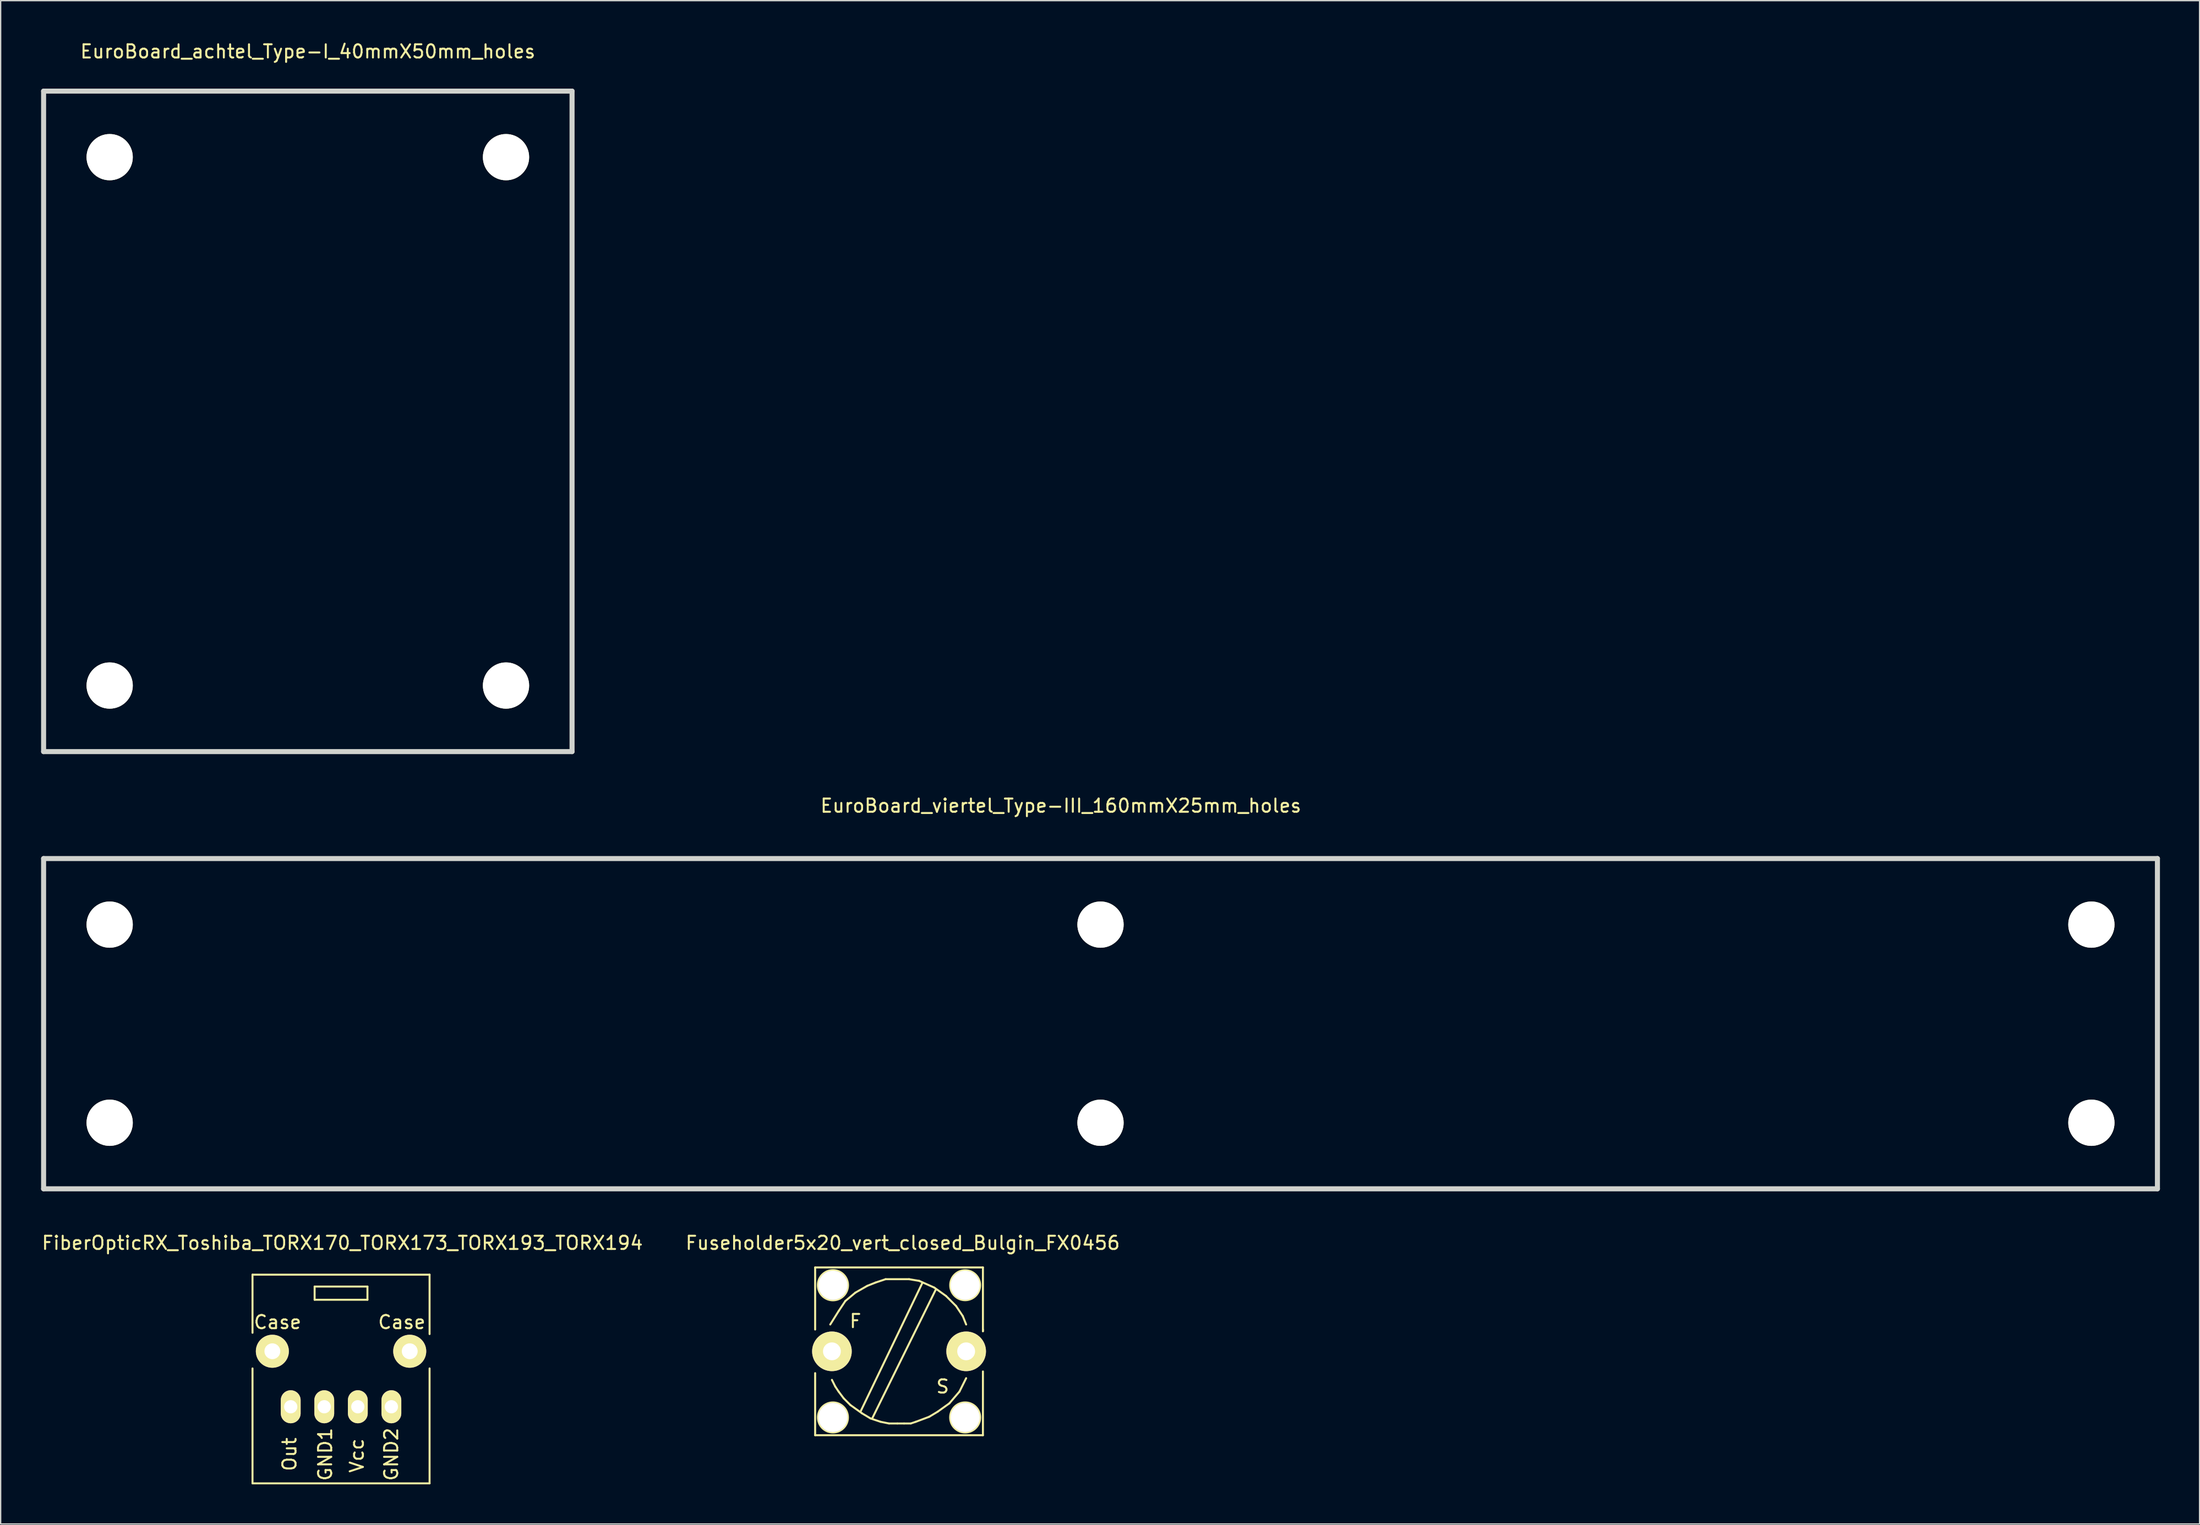
<source format=kicad_pcb>
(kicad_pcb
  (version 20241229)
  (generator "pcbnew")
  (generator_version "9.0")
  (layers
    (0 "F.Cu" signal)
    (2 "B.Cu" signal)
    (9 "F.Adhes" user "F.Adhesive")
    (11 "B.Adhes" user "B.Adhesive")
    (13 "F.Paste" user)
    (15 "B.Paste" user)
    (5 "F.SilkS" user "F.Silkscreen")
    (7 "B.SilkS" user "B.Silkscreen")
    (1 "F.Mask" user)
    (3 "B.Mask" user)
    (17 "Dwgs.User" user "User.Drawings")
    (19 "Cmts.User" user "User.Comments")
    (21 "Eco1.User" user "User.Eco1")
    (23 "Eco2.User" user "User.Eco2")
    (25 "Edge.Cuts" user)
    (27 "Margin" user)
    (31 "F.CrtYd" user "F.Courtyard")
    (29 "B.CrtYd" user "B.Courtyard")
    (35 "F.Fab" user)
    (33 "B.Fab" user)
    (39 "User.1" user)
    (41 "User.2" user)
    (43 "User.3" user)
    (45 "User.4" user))
  (footprint "EuroBoard_viertel_Type-III_160mmX25mm_holes"
    (layer "F.Cu")
    (at 0.25 86.945)
    (property "Reference" "EuroBoard_viertel_Type-III_160mmX25mm_holes" (at 77 -28.999 0) (layer "F.SilkS") (effects (font (size 1 1) (thickness 0.15))))
    (attr through_hole)
    (fp_line (start 0 -25.001) (end 0 0) (stroke (width 0.381) (type solid)) (layer "Edge.Cuts"))
    (fp_line (start 0 0) (end 160 0) (stroke (width 0.381) (type solid)) (layer "Edge.Cuts"))
    (fp_line (start 160 -25.001) (end 0 -25.001) (stroke (width 0.381) (type solid)) (layer "Edge.Cuts"))
    (fp_line (start 160 0) (end 160 -25.001) (stroke (width 0.381) (type solid)) (layer "Edge.Cuts"))
    (pad "" np_thru_hole circle (at 5.001 -20) (size 3.5 3.5) (drill 3.5) (layers "*.Cu" "*.Mask" "F.SilkS"))
    (pad "" np_thru_hole circle (at 5.001 -5.001) (size 3.5 3.5) (drill 3.5) (layers "*.Cu" "*.Mask" "F.SilkS"))
    (pad "" np_thru_hole circle (at 80 -20) (size 3.5 3.5) (drill 3.5) (layers "*.Cu" "*.Mask" "F.SilkS"))
    (pad "" np_thru_hole circle (at 80 -5.001) (size 3.5 3.5) (drill 3.5) (layers "*.Cu" "*.Mask" "F.SilkS"))
    (pad "" np_thru_hole circle (at 155.001 -20) (size 3.5 3.5) (drill 3.5) (layers "*.Cu" "*.Mask" "F.SilkS"))
    (pad "" np_thru_hole circle (at 155.001 -5.001) (size 3.5 3.5) (drill 3.5) (layers "*.Cu" "*.Mask" "F.SilkS")))
  (footprint "Fuseholder5x20_vert_closed_Bulgin_FX0456"
    (layer "F.Cu")
    (at 65 99.248)
    (property "Reference" "Fuseholder5x20_vert_closed_Bulgin_FX0456" (at 0.279 -8.204 0) (layer "F.SilkS") (effects (font (size 1 1) (thickness 0.15))))
    (attr through_hole)
    (fp_line (start -6.35 -6.35) (end -6.35 -1.651) (stroke (width 0.15) (type solid)) (layer "F.SilkS"))
    (fp_line (start -6.35 6.35) (end -6.35 1.651) (stroke (width 0.15) (type solid)) (layer "F.SilkS"))
    (fp_line (start -6.35 6.35) (end 6.35 6.35) (stroke (width 0.15) (type solid)) (layer "F.SilkS"))
    (fp_line (start -5.08 2.159) (end -4.826 2.667) (stroke (width 0.15) (type solid)) (layer "F.SilkS"))
    (fp_line (start -4.826 2.667) (end -4.572 3.048) (stroke (width 0.15) (type solid)) (layer "F.SilkS"))
    (fp_line (start -4.572 -3.048) (end -5.207 -2.032) (stroke (width 0.15) (type solid)) (layer "F.SilkS"))
    (fp_line (start -4.572 3.048) (end -4.191 3.556) (stroke (width 0.15) (type solid)) (layer "F.SilkS"))
    (fp_line (start -4.191 3.556) (end -3.683 4.064) (stroke (width 0.15) (type solid)) (layer "F.SilkS"))
    (fp_line (start -4.064 -3.81) (end -4.572 -3.048) (stroke (width 0.15) (type solid)) (layer "F.SilkS"))
    (fp_line (start -3.683 4.064) (end -2.794 4.699) (stroke (width 0.15) (type solid)) (layer "F.SilkS"))
    (fp_line (start -3.302 -4.445) (end -4.064 -3.81) (stroke (width 0.15) (type solid)) (layer "F.SilkS"))
    (fp_line (start -2.794 4.699) (end -2.159 5.08) (stroke (width 0.15) (type solid)) (layer "F.SilkS"))
    (fp_line (start -2.413 -4.953) (end -3.302 -4.445) (stroke (width 0.15) (type solid)) (layer "F.SilkS"))
    (fp_line (start -2.159 5.08) (end -1.397 5.334) (stroke (width 0.15) (type solid)) (layer "F.SilkS"))
    (fp_line (start -1.778 -5.207) (end -2.413 -4.953) (stroke (width 0.15) (type solid)) (layer "F.SilkS"))
    (fp_line (start -1.397 5.334) (end -0.762 5.461) (stroke (width 0.15) (type solid)) (layer "F.SilkS"))
    (fp_line (start -1.016 -5.461) (end -1.778 -5.207) (stroke (width 0.15) (type solid)) (layer "F.SilkS"))
    (fp_line (start -0.762 5.461) (end -0.127 5.461) (stroke (width 0.15) (type solid)) (layer "F.SilkS"))
    (fp_line (start -0.127 5.461) (end 0.381 5.461) (stroke (width 0.15) (type solid)) (layer "F.SilkS"))
    (fp_line (start 0.381 5.461) (end 0.889 5.461) (stroke (width 0.15) (type solid)) (layer "F.SilkS"))
    (fp_line (start 0.762 -5.461) (end -1.016 -5.461) (stroke (width 0.15) (type solid)) (layer "F.SilkS"))
    (fp_line (start 0.889 5.461) (end 1.27 5.334) (stroke (width 0.15) (type solid)) (layer "F.SilkS"))
    (fp_line (start 1.27 5.334) (end 2.286 4.953) (stroke (width 0.15) (type solid)) (layer "F.SilkS"))
    (fp_line (start 1.524 -5.334) (end 0.762 -5.461) (stroke (width 0.15) (type solid)) (layer "F.SilkS"))
    (fp_line (start 1.778 -5.207) (end -2.921 4.572) (stroke (width 0.15) (type solid)) (layer "F.SilkS"))
    (fp_line (start 2.286 4.953) (end 2.921 4.572) (stroke (width 0.15) (type solid)) (layer "F.SilkS"))
    (fp_line (start 2.667 -4.826) (end 1.524 -5.334) (stroke (width 0.15) (type solid)) (layer "F.SilkS"))
    (fp_line (start 2.794 -4.699) (end -2.032 5.08) (stroke (width 0.15) (type solid)) (layer "F.SilkS"))
    (fp_line (start 2.921 4.572) (end 3.81 3.937) (stroke (width 0.15) (type solid)) (layer "F.SilkS"))
    (fp_line (start 3.556 -4.191) (end 2.667 -4.826) (stroke (width 0.15) (type solid)) (layer "F.SilkS"))
    (fp_line (start 3.81 3.937) (end 4.572 3.048) (stroke (width 0.15) (type solid)) (layer "F.SilkS"))
    (fp_line (start 4.318 -3.429) (end 3.556 -4.191) (stroke (width 0.15) (type solid)) (layer "F.SilkS"))
    (fp_line (start 4.572 3.048) (end 5.08 2.032) (stroke (width 0.15) (type solid)) (layer "F.SilkS"))
    (fp_line (start 4.826 -2.667) (end 4.318 -3.429) (stroke (width 0.15) (type solid)) (layer "F.SilkS"))
    (fp_line (start 5.08 -2.032) (end 4.826 -2.667) (stroke (width 0.15) (type solid)) (layer "F.SilkS"))
    (fp_line (start 6.35 -6.35) (end -6.35 -6.35) (stroke (width 0.15) (type solid)) (layer "F.SilkS"))
    (fp_line (start 6.35 -6.35) (end 6.35 -1.524) (stroke (width 0.15) (type solid)) (layer "F.SilkS"))
    (fp_line (start 6.35 -1.524) (end 6.35 -1.651) (stroke (width 0.15) (type solid)) (layer "F.SilkS"))
    (fp_line (start 6.35 6.35) (end 6.35 1.524) (stroke (width 0.15) (type solid)) (layer "F.SilkS"))
    (fp_circle (center -5.004 -5.004) (end -4.597 -3.937) (stroke (width 0.15) (type solid)) (fill no) (layer "F.SilkS"))
    (fp_circle (center -5.004 5.004) (end -4.496 6.02) (stroke (width 0.15) (type solid)) (fill no) (layer "F.SilkS"))
    (fp_circle (center 5.004 -5.004) (end 5.385 -3.937) (stroke (width 0.15) (type solid)) (fill no) (layer "F.SilkS"))
    (fp_circle (center 5.004 5.004) (end 5.563 5.994) (stroke (width 0.15) (type solid)) (fill no) (layer "F.SilkS"))
    (fp_text user "S" (at 3.302 2.667 0) (layer "F.SilkS") (effects (font (size 1 1) (thickness 0.15))))
    (fp_text user "F" (at -3.302 -2.286 0) (layer "F.SilkS") (effects (font (size 1 1) (thickness 0.15))))
    (pad "1" thru_hole circle (at -5.08 0) (size 3 3) (drill 1.349) (layers "*.Cu" "*.Mask" "F.SilkS"))
    (pad "2" thru_hole circle (at 5.08 0) (size 3 3) (drill 1.349) (layers "*.Cu" "*.Mask" "F.SilkS"))
    (pad "3" thru_hole circle (at -5.004 -5.004) (size 2.2 2.2) (drill 2.2) (layers "*.Cu" "F.SilkS" "Dwgs.User"))
    (pad "3" thru_hole circle (at -5.004 5.004) (size 2.2 2.2) (drill 2.2) (layers "*.Cu" "F.SilkS" "Dwgs.User"))
    (pad "3" thru_hole circle (at 5.004 -5.004) (size 2.2 2.2) (drill 2.2) (layers "*.Cu" "F.SilkS" "Dwgs.User"))
    (pad "3" thru_hole circle (at 5.004 5.004) (size 2.2 2.2) (drill 2.2) (layers "*.Cu" "F.SilkS" "Dwgs.User")))
  (footprint "EuroBoard_achtel_Type-I_40mmX50mm_holes"
    (layer "F.Cu")
    (at 0.25 53.848)
    (property "Reference" "EuroBoard_achtel_Type-I_40mmX50mm_holes" (at 20 -53 0) (layer "F.SilkS") (effects (font (size 1 1) (thickness 0.15))))
    (attr through_hole)
    (fp_line (start 0 -50) (end 0 0) (stroke (width 0.381) (type solid)) (layer "Edge.Cuts"))
    (fp_line (start 0 0) (end 40 0) (stroke (width 0.381) (type solid)) (layer "Edge.Cuts"))
    (fp_line (start 40 -50) (end 0 -50) (stroke (width 0.381) (type solid)) (layer "Edge.Cuts"))
    (fp_line (start 40 0) (end 40 -50) (stroke (width 0.381) (type solid)) (layer "Edge.Cuts"))
    (pad "" np_thru_hole circle (at 5.001 -45.001) (size 3.5 3.5) (drill 3.5) (layers "*.Cu" "*.Mask" "F.SilkS"))
    (pad "" np_thru_hole circle (at 5.001 -5.001) (size 3.5 3.5) (drill 3.5) (layers "*.Cu" "*.Mask" "F.SilkS"))
    (pad "" np_thru_hole circle (at 35.001 -45.001) (size 3.5 3.5) (drill 3.5) (layers "*.Cu" "*.Mask" "F.SilkS"))
    (pad "" np_thru_hole circle (at 35.001 -5.001) (size 3.5 3.5) (drill 3.5) (layers "*.Cu" "*.Mask" "F.SilkS")))
  (footprint "FiberOpticRX_Toshiba_TORX170_TORX173_TORX193_TORX194"
    (layer "F.Cu")
    (at 22.764 101.343)
    (property "Reference" "FiberOpticRX_Toshiba_TORX170_TORX173_TORX193_TORX194" (at 0.099 -10.3 0) (layer "F.SilkS") (effects (font (size 1 1) (thickness 0.15))))
    (attr through_hole)
    (fp_line (start -6.701 -7.899) (end -6.701 -3.5) (stroke (width 0.15) (type solid)) (layer "F.SilkS"))
    (fp_line (start -6.701 7.899) (end -6.701 -0.8) (stroke (width 0.15) (type solid)) (layer "F.SilkS"))
    (fp_line (start -6.701 7.899) (end 6.701 7.899) (stroke (width 0.15) (type solid)) (layer "F.SilkS"))
    (fp_line (start -1.999 -7) (end 1.999 -7) (stroke (width 0.15) (type solid)) (layer "F.SilkS"))
    (fp_line (start -1.999 -5.999) (end -1.999 -7) (stroke (width 0.15) (type solid)) (layer "F.SilkS"))
    (fp_line (start 1.999 -7) (end 1.999 -5.999) (stroke (width 0.15) (type solid)) (layer "F.SilkS"))
    (fp_line (start 1.999 -5.999) (end -1.999 -5.999) (stroke (width 0.15) (type solid)) (layer "F.SilkS"))
    (fp_line (start 6.701 -7.899) (end -6.701 -7.899) (stroke (width 0.15) (type solid)) (layer "F.SilkS"))
    (fp_line (start 6.701 -7.899) (end 6.701 -3.401) (stroke (width 0.15) (type solid)) (layer "F.SilkS"))
    (fp_line (start 6.701 7.899) (end 6.701 -0.8) (stroke (width 0.15) (type solid)) (layer "F.SilkS"))
    (fp_text user "Case" (at 4.6 -4.3 0) (layer "F.SilkS") (effects (font (size 1 1) (thickness 0.15))))
    (fp_text user "GND2" (at 3.8 5.7 90) (layer "F.SilkS") (effects (font (size 1 1) (thickness 0.15))))
    (fp_text user "Case" (at -4.801 -4.3 0) (layer "F.SilkS") (effects (font (size 1 1) (thickness 0.15))))
    (fp_text user "Out" (at -3.899 5.7 90) (layer "F.SilkS") (effects (font (size 1 1) (thickness 0.15))))
    (fp_text user "GND1" (at -1.199 5.7 90) (layer "F.SilkS") (effects (font (size 1 1) (thickness 0.15))))
    (fp_text user "Vcc" (at 1.199 5.799 90) (layer "F.SilkS") (effects (font (size 1 1) (thickness 0.15))))
    (pad "1" thru_hole oval (at -3.81 2.101) (size 1.501 2.499) (drill 1.001) (layers "*.Cu" "*.Mask" "F.SilkS"))
    (pad "2" thru_hole oval (at -1.27 2.101) (size 1.501 2.499) (drill 1.001) (layers "*.Cu" "*.Mask" "F.SilkS"))
    (pad "3" thru_hole oval (at 1.27 2.101) (size 1.501 2.499) (drill 1.001) (layers "*.Cu" "*.Mask" "F.SilkS"))
    (pad "4" thru_hole oval (at 3.81 2.101) (size 1.501 2.499) (drill 1.001) (layers "*.Cu" "*.Mask" "F.SilkS"))
    (pad "5" thru_hole circle (at 5.199 -2.101) (size 2.499 2.499) (drill 1.199) (layers "*.Cu" "*.Mask" "F.SilkS"))
    (pad "6" thru_hole circle (at -5.199 -2.101) (size 2.499 2.499) (drill 1.199) (layers "*.Cu" "*.Mask" "F.SilkS")))
  (gr_rect
    (start -3 -3)
    (end 163.44 112.318)
    (stroke (width 0.1) (type default))
    (fill no)
    (layer "Edge.Cuts")))
</source>
